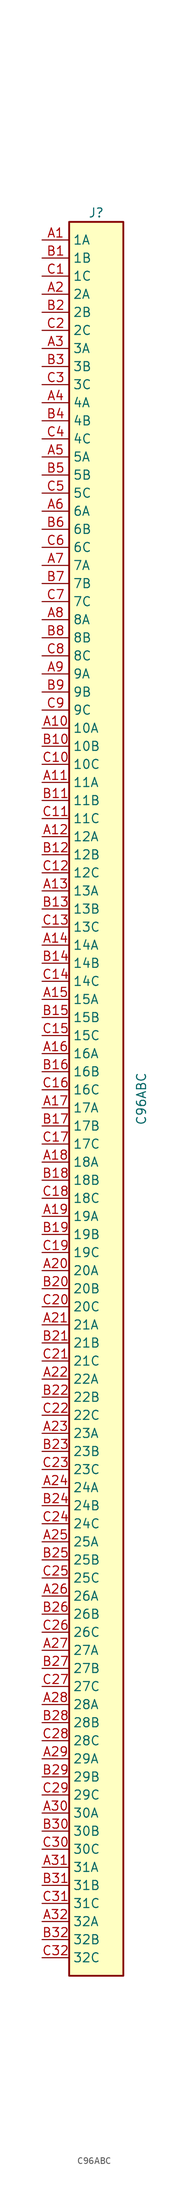
<source format=kicad_sym>
(kicad_symbol_lib
  (version 20211014)
  (generator kicad_symbol_editor)
  (symbol "C96ABC"
    (property "Reference" "J"
      (at 0 125.73 0)
      (effects (font (size 1.27 1.27))))
    (property "Value" "C96ABC"
      (at 6.35 1.27 90)
      (effects (font (size 1.27 1.27))))
    (symbol "C96ABC_0_1"
      (rectangle (start -3.81 -121.92) (end 3.81 124.46) (stroke (width 0.254) (type default) (color 0 0 0 0)) (fill (type background))))
    (symbol "C96ABC_1_1"
      (pin passive line (at -7.62 121.92 0) (length 3.81) (name "1A" (effects (font (size 1.27 1.27)))) (number "A1" (effects (font (size 1.27 1.27)))))
      (pin passive line (at -7.62 53.34 0) (length 3.81) (name "10A" (effects (font (size 1.27 1.27)))) (number "A10" (effects (font (size 1.27 1.27)))))
      (pin passive line (at -7.62 45.72 0) (length 3.81) (name "11A" (effects (font (size 1.27 1.27)))) (number "A11" (effects (font (size 1.27 1.27)))))
      (pin passive line (at -7.62 38.1 0) (length 3.81) (name "12A" (effects (font (size 1.27 1.27)))) (number "A12" (effects (font (size 1.27 1.27)))))
      (pin passive line (at -7.62 30.48 0) (length 3.81) (name "13A" (effects (font (size 1.27 1.27)))) (number "A13" (effects (font (size 1.27 1.27)))))
      (pin passive line (at -7.62 22.86 0) (length 3.81) (name "14A" (effects (font (size 1.27 1.27)))) (number "A14" (effects (font (size 1.27 1.27)))))
      (pin passive line (at -7.62 15.24 0) (length 3.81) (name "15A" (effects (font (size 1.27 1.27)))) (number "A15" (effects (font (size 1.27 1.27)))))
      (pin passive line (at -7.62 7.62 0) (length 3.81) (name "16A" (effects (font (size 1.27 1.27)))) (number "A16" (effects (font (size 1.27 1.27)))))
      (pin passive line (at -7.62 0 0) (length 3.81) (name "17A" (effects (font (size 1.27 1.27)))) (number "A17" (effects (font (size 1.27 1.27)))))
      (pin passive line (at -7.62 -7.62 0) (length 3.81) (name "18A" (effects (font (size 1.27 1.27)))) (number "A18" (effects (font (size 1.27 1.27)))))
      (pin passive line (at -7.62 -15.24 0) (length 3.81) (name "19A" (effects (font (size 1.27 1.27)))) (number "A19" (effects (font (size 1.27 1.27)))))
      (pin passive line (at -7.62 114.3 0) (length 3.81) (name "2A" (effects (font (size 1.27 1.27)))) (number "A2" (effects (font (size 1.27 1.27)))))
      (pin passive line (at -7.62 -22.86 0) (length 3.81) (name "20A" (effects (font (size 1.27 1.27)))) (number "A20" (effects (font (size 1.27 1.27)))))
      (pin tri_state line (at -7.62 -30.48 0) (length 3.81) (name "21A" (effects (font (size 1.27 1.27)))) (number "A21" (effects (font (size 1.27 1.27)))))
      (pin passive line (at -7.62 -38.1 0) (length 3.81) (name "22A" (effects (font (size 1.27 1.27)))) (number "A22" (effects (font (size 1.27 1.27)))))
      (pin passive line (at -7.62 -45.72 0) (length 3.81) (name "23A" (effects (font (size 1.27 1.27)))) (number "A23" (effects (font (size 1.27 1.27)))))
      (pin passive line (at -7.62 -53.34 0) (length 3.81) (name "24A" (effects (font (size 1.27 1.27)))) (number "A24" (effects (font (size 1.27 1.27)))))
      (pin passive line (at -7.62 -60.96 0) (length 3.81) (name "25A" (effects (font (size 1.27 1.27)))) (number "A25" (effects (font (size 1.27 1.27)))))
      (pin passive line (at -7.62 -68.58 0) (length 3.81) (name "26A" (effects (font (size 1.27 1.27)))) (number "A26" (effects (font (size 1.27 1.27)))))
      (pin passive line (at -7.62 -76.2 0) (length 3.81) (name "27A" (effects (font (size 1.27 1.27)))) (number "A27" (effects (font (size 1.27 1.27)))))
      (pin passive line (at -7.62 -83.82 0) (length 3.81) (name "28A" (effects (font (size 1.27 1.27)))) (number "A28" (effects (font (size 1.27 1.27)))))
      (pin passive line (at -7.62 -91.44 0) (length 3.81) (name "29A" (effects (font (size 1.27 1.27)))) (number "A29" (effects (font (size 1.27 1.27)))))
      (pin passive line (at -7.62 106.68 0) (length 3.81) (name "3A" (effects (font (size 1.27 1.27)))) (number "A3" (effects (font (size 1.27 1.27)))))
      (pin passive line (at -7.62 -99.06 0) (length 3.81) (name "30A" (effects (font (size 1.27 1.27)))) (number "A30" (effects (font (size 1.27 1.27)))))
      (pin passive line (at -7.62 -106.68 0) (length 3.81) (name "31A" (effects (font (size 1.27 1.27)))) (number "A31" (effects (font (size 1.27 1.27)))))
      (pin passive line (at -7.62 -114.3 0) (length 3.81) (name "32A" (effects (font (size 1.27 1.27)))) (number "A32" (effects (font (size 1.27 1.27)))))
      (pin passive line (at -7.62 99.06 0) (length 3.81) (name "4A" (effects (font (size 1.27 1.27)))) (number "A4" (effects (font (size 1.27 1.27)))))
      (pin passive line (at -7.62 91.44 0) (length 3.81) (name "5A" (effects (font (size 1.27 1.27)))) (number "A5" (effects (font (size 1.27 1.27)))))
      (pin passive line (at -7.62 83.82 0) (length 3.81) (name "6A" (effects (font (size 1.27 1.27)))) (number "A6" (effects (font (size 1.27 1.27)))))
      (pin passive line (at -7.62 76.2 0) (length 3.81) (name "7A" (effects (font (size 1.27 1.27)))) (number "A7" (effects (font (size 1.27 1.27)))))
      (pin passive line (at -7.62 68.58 0) (length 3.81) (name "8A" (effects (font (size 1.27 1.27)))) (number "A8" (effects (font (size 1.27 1.27)))))
      (pin passive line (at -7.62 60.96 0) (length 3.81) (name "9A" (effects (font (size 1.27 1.27)))) (number "A9" (effects (font (size 1.27 1.27)))))
      (pin passive line (at -7.62 119.38 0) (length 3.81) (name "1B" (effects (font (size 1.27 1.27)))) (number "B1" (effects (font (size 1.27 1.27)))))
      (pin passive line (at -7.62 50.8 0) (length 3.81) (name "10B" (effects (font (size 1.27 1.27)))) (number "B10" (effects (font (size 1.27 1.27)))))
      (pin passive line (at -7.62 43.18 0) (length 3.81) (name "11B" (effects (font (size 1.27 1.27)))) (number "B11" (effects (font (size 1.27 1.27)))))
      (pin passive line (at -7.62 35.56 0) (length 3.81) (name "12B" (effects (font (size 1.27 1.27)))) (number "B12" (effects (font (size 1.27 1.27)))))
      (pin passive line (at -7.62 27.94 0) (length 3.81) (name "13B" (effects (font (size 1.27 1.27)))) (number "B13" (effects (font (size 1.27 1.27)))))
      (pin passive line (at -7.62 20.32 0) (length 3.81) (name "14B" (effects (font (size 1.27 1.27)))) (number "B14" (effects (font (size 1.27 1.27)))))
      (pin passive line (at -7.62 12.7 0) (length 3.81) (name "15B" (effects (font (size 1.27 1.27)))) (number "B15" (effects (font (size 1.27 1.27)))))
      (pin passive line (at -7.62 5.08 0) (length 3.81) (name "16B" (effects (font (size 1.27 1.27)))) (number "B16" (effects (font (size 1.27 1.27)))))
      (pin passive line (at -7.62 -2.54 0) (length 3.81) (name "17B" (effects (font (size 1.27 1.27)))) (number "B17" (effects (font (size 1.27 1.27)))))
      (pin passive line (at -7.62 -10.16 0) (length 3.81) (name "18B" (effects (font (size 1.27 1.27)))) (number "B18" (effects (font (size 1.27 1.27)))))
      (pin passive line (at -7.62 -17.78 0) (length 3.81) (name "19B" (effects (font (size 1.27 1.27)))) (number "B19" (effects (font (size 1.27 1.27)))))
      (pin passive line (at -7.62 111.76 0) (length 3.81) (name "2B" (effects (font (size 1.27 1.27)))) (number "B2" (effects (font (size 1.27 1.27)))))
      (pin passive line (at -7.62 -25.4 0) (length 3.81) (name "20B" (effects (font (size 1.27 1.27)))) (number "B20" (effects (font (size 1.27 1.27)))))
      (pin passive line (at -7.62 -33.02 0) (length 3.81) (name "21B" (effects (font (size 1.27 1.27)))) (number "B21" (effects (font (size 1.27 1.27)))))
      (pin passive line (at -7.62 -40.64 0) (length 3.81) (name "22B" (effects (font (size 1.27 1.27)))) (number "B22" (effects (font (size 1.27 1.27)))))
      (pin passive line (at -7.62 -48.26 0) (length 3.81) (name "23B" (effects (font (size 1.27 1.27)))) (number "B23" (effects (font (size 1.27 1.27)))))
      (pin passive line (at -7.62 -55.88 0) (length 3.81) (name "24B" (effects (font (size 1.27 1.27)))) (number "B24" (effects (font (size 1.27 1.27)))))
      (pin passive line (at -7.62 -63.5 0) (length 3.81) (name "25B" (effects (font (size 1.27 1.27)))) (number "B25" (effects (font (size 1.27 1.27)))))
      (pin passive line (at -7.62 -71.12 0) (length 3.81) (name "26B" (effects (font (size 1.27 1.27)))) (number "B26" (effects (font (size 1.27 1.27)))))
      (pin passive line (at -7.62 -78.74 0) (length 3.81) (name "27B" (effects (font (size 1.27 1.27)))) (number "B27" (effects (font (size 1.27 1.27)))))
      (pin passive line (at -7.62 -86.36 0) (length 3.81) (name "28B" (effects (font (size 1.27 1.27)))) (number "B28" (effects (font (size 1.27 1.27)))))
      (pin passive line (at -7.62 -93.98 0) (length 3.81) (name "29B" (effects (font (size 1.27 1.27)))) (number "B29" (effects (font (size 1.27 1.27)))))
      (pin passive line (at -7.62 104.14 0) (length 3.81) (name "3B" (effects (font (size 1.27 1.27)))) (number "B3" (effects (font (size 1.27 1.27)))))
      (pin passive line (at -7.62 -101.6 0) (length 3.81) (name "30B" (effects (font (size 1.27 1.27)))) (number "B30" (effects (font (size 1.27 1.27)))))
      (pin passive line (at -7.62 -109.22 0) (length 3.81) (name "31B" (effects (font (size 1.27 1.27)))) (number "B31" (effects (font (size 1.27 1.27)))))
      (pin passive line (at -7.62 -116.84 0) (length 3.81) (name "32B" (effects (font (size 1.27 1.27)))) (number "B32" (effects (font (size 1.27 1.27)))))
      (pin passive line (at -7.62 96.52 0) (length 3.81) (name "4B" (effects (font (size 1.27 1.27)))) (number "B4" (effects (font (size 1.27 1.27)))))
      (pin passive line (at -7.62 88.9 0) (length 3.81) (name "5B" (effects (font (size 1.27 1.27)))) (number "B5" (effects (font (size 1.27 1.27)))))
      (pin passive line (at -7.62 81.28 0) (length 3.81) (name "6B" (effects (font (size 1.27 1.27)))) (number "B6" (effects (font (size 1.27 1.27)))))
      (pin passive line (at -7.62 73.66 0) (length 3.81) (name "7B" (effects (font (size 1.27 1.27)))) (number "B7" (effects (font (size 1.27 1.27)))))
      (pin passive line (at -7.62 66.04 0) (length 3.81) (name "8B" (effects (font (size 1.27 1.27)))) (number "B8" (effects (font (size 1.27 1.27)))))
      (pin passive line (at -7.62 58.42 0) (length 3.81) (name "9B" (effects (font (size 1.27 1.27)))) (number "B9" (effects (font (size 1.27 1.27)))))
      (pin passive line (at -7.62 116.84 0) (length 3.81) (name "1C" (effects (font (size 1.27 1.27)))) (number "C1" (effects (font (size 1.27 1.27)))))
      (pin passive line (at -7.62 48.26 0) (length 3.81) (name "10C" (effects (font (size 1.27 1.27)))) (number "C10" (effects (font (size 1.27 1.27)))))
      (pin passive line (at -7.62 40.64 0) (length 3.81) (name "11C" (effects (font (size 1.27 1.27)))) (number "C11" (effects (font (size 1.27 1.27)))))
      (pin passive line (at -7.62 33.02 0) (length 3.81) (name "12C" (effects (font (size 1.27 1.27)))) (number "C12" (effects (font (size 1.27 1.27)))))
      (pin passive line (at -7.62 25.4 0) (length 3.81) (name "13C" (effects (font (size 1.27 1.27)))) (number "C13" (effects (font (size 1.27 1.27)))))
      (pin passive line (at -7.62 17.78 0) (length 3.81) (name "14C" (effects (font (size 1.27 1.27)))) (number "C14" (effects (font (size 1.27 1.27)))))
      (pin passive line (at -7.62 10.16 0) (length 3.81) (name "15C" (effects (font (size 1.27 1.27)))) (number "C15" (effects (font (size 1.27 1.27)))))
      (pin passive line (at -7.62 2.54 0) (length 3.81) (name "16C" (effects (font (size 1.27 1.27)))) (number "C16" (effects (font (size 1.27 1.27)))))
      (pin passive line (at -7.62 -5.08 0) (length 3.81) (name "17C" (effects (font (size 1.27 1.27)))) (number "C17" (effects (font (size 1.27 1.27)))))
      (pin passive line (at -7.62 -12.7 0) (length 3.81) (name "18C" (effects (font (size 1.27 1.27)))) (number "C18" (effects (font (size 1.27 1.27)))))
      (pin passive line (at -7.62 -20.32 0) (length 3.81) (name "19C" (effects (font (size 1.27 1.27)))) (number "C19" (effects (font (size 1.27 1.27)))))
      (pin passive line (at -7.62 109.22 0) (length 3.81) (name "2C" (effects (font (size 1.27 1.27)))) (number "C2" (effects (font (size 1.27 1.27)))))
      (pin passive line (at -7.62 -27.94 0) (length 3.81) (name "20C" (effects (font (size 1.27 1.27)))) (number "C20" (effects (font (size 1.27 1.27)))))
      (pin passive line (at -7.62 -35.56 0) (length 3.81) (name "21C" (effects (font (size 1.27 1.27)))) (number "C21" (effects (font (size 1.27 1.27)))))
      (pin passive line (at -7.62 -43.18 0) (length 3.81) (name "22C" (effects (font (size 1.27 1.27)))) (number "C22" (effects (font (size 1.27 1.27)))))
      (pin passive line (at -7.62 -50.8 0) (length 3.81) (name "23C" (effects (font (size 1.27 1.27)))) (number "C23" (effects (font (size 1.27 1.27)))))
      (pin passive line (at -7.62 -58.42 0) (length 3.81) (name "24C" (effects (font (size 1.27 1.27)))) (number "C24" (effects (font (size 1.27 1.27)))))
      (pin passive line (at -7.62 -66.04 0) (length 3.81) (name "25C" (effects (font (size 1.27 1.27)))) (number "C25" (effects (font (size 1.27 1.27)))))
      (pin passive line (at -7.62 -73.66 0) (length 3.81) (name "26C" (effects (font (size 1.27 1.27)))) (number "C26" (effects (font (size 1.27 1.27)))))
      (pin passive line (at -7.62 -81.28 0) (length 3.81) (name "27C" (effects (font (size 1.27 1.27)))) (number "C27" (effects (font (size 1.27 1.27)))))
      (pin passive line (at -7.62 -88.9 0) (length 3.81) (name "28C" (effects (font (size 1.27 1.27)))) (number "C28" (effects (font (size 1.27 1.27)))))
      (pin passive line (at -7.62 -96.52 0) (length 3.81) (name "29C" (effects (font (size 1.27 1.27)))) (number "C29" (effects (font (size 1.27 1.27)))))
      (pin passive line (at -7.62 101.6 0) (length 3.81) (name "3C" (effects (font (size 1.27 1.27)))) (number "C3" (effects (font (size 1.27 1.27)))))
      (pin passive line (at -7.62 -104.14 0) (length 3.81) (name "30C" (effects (font (size 1.27 1.27)))) (number "C30" (effects (font (size 1.27 1.27)))))
      (pin passive line (at -7.62 -111.76 0) (length 3.81) (name "31C" (effects (font (size 1.27 1.27)))) (number "C31" (effects (font (size 1.27 1.27)))))
      (pin passive line (at -7.62 -119.38 0) (length 3.81) (name "32C" (effects (font (size 1.27 1.27)))) (number "C32" (effects (font (size 1.27 1.27)))))
      (pin passive line (at -7.62 93.98 0) (length 3.81) (name "4C" (effects (font (size 1.27 1.27)))) (number "C4" (effects (font (size 1.27 1.27)))))
      (pin passive line (at -7.62 86.36 0) (length 3.81) (name "5C" (effects (font (size 1.27 1.27)))) (number "C5" (effects (font (size 1.27 1.27)))))
      (pin passive line (at -7.62 78.74 0) (length 3.81) (name "6C" (effects (font (size 1.27 1.27)))) (number "C6" (effects (font (size 1.27 1.27)))))
      (pin passive line (at -7.62 71.12 0) (length 3.81) (name "7C" (effects (font (size 1.27 1.27)))) (number "C7" (effects (font (size 1.27 1.27)))))
      (pin passive line (at -7.62 63.5 0) (length 3.81) (name "8C" (effects (font (size 1.27 1.27)))) (number "C8" (effects (font (size 1.27 1.27)))))
      (pin passive line (at -7.62 55.88 0) (length 3.81) (name "9C" (effects (font (size 1.27 1.27)))) (number "C9" (effects (font (size 1.27 1.27))))))))
</source>
